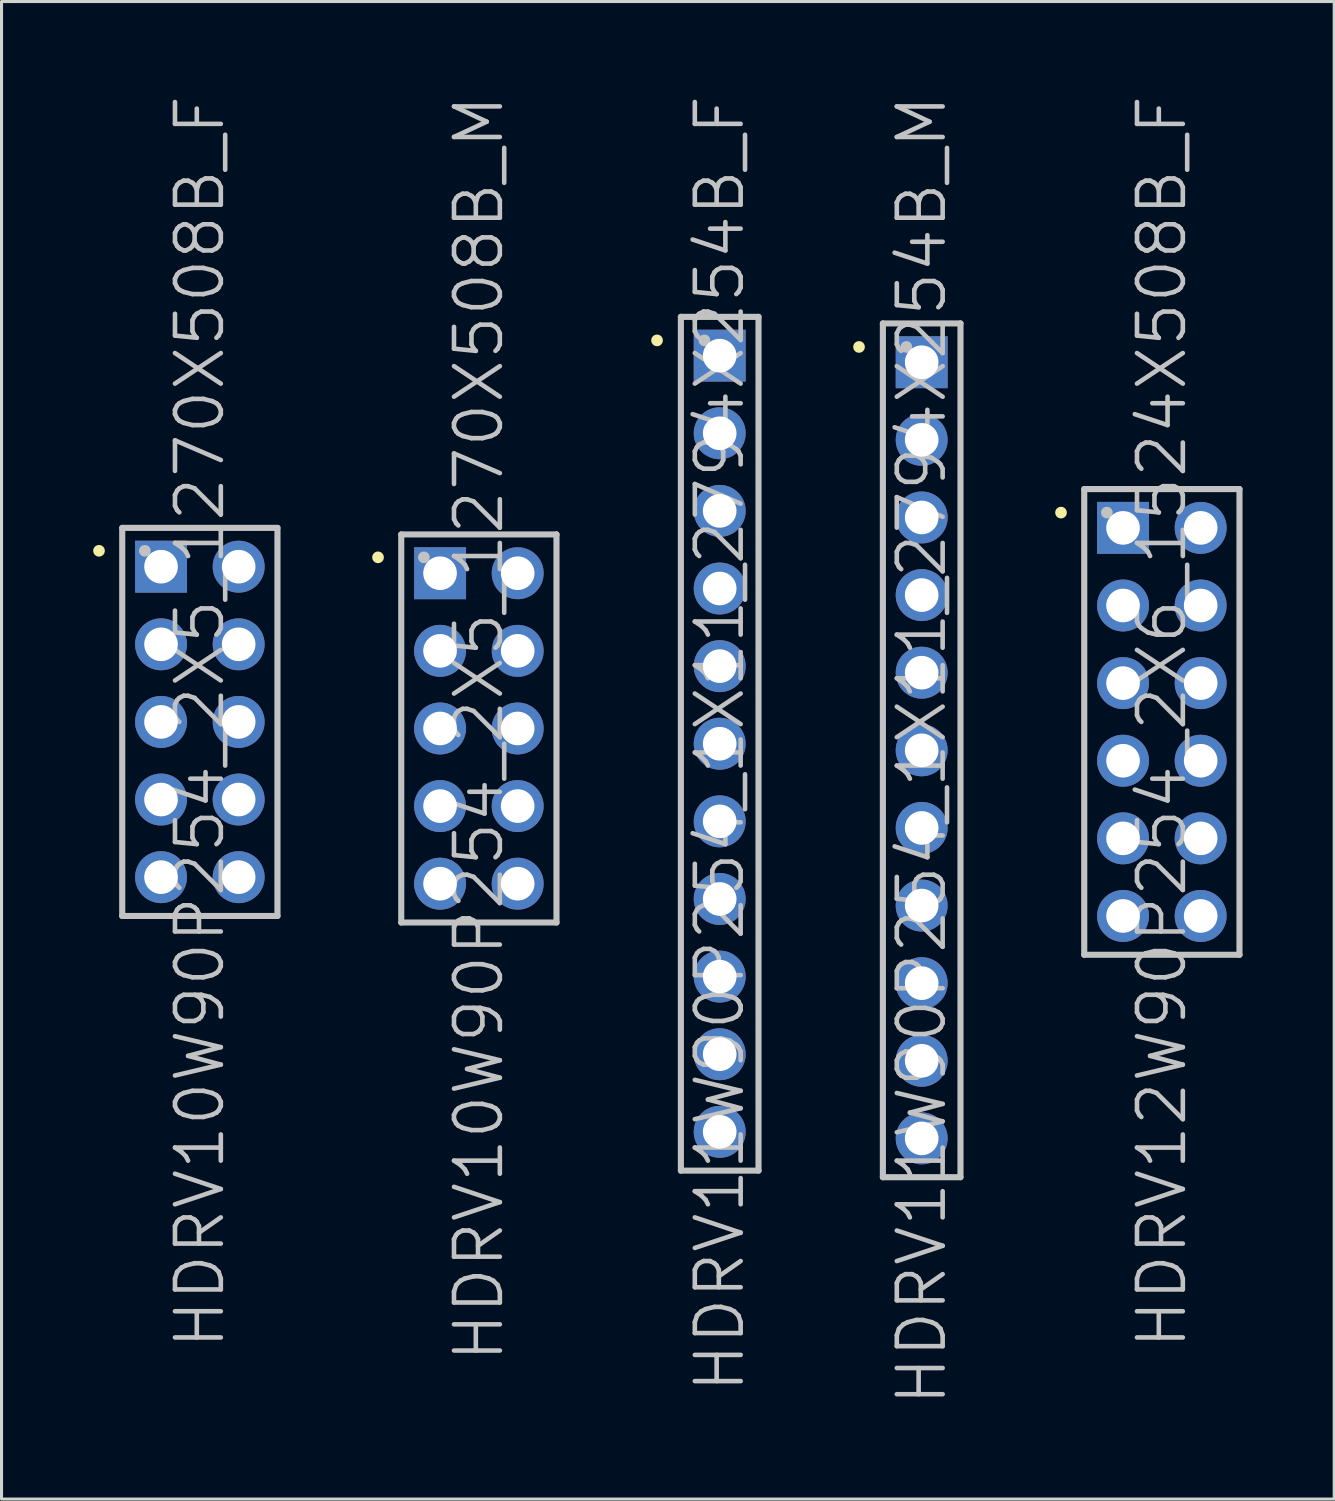
<source format=kicad_pcb>
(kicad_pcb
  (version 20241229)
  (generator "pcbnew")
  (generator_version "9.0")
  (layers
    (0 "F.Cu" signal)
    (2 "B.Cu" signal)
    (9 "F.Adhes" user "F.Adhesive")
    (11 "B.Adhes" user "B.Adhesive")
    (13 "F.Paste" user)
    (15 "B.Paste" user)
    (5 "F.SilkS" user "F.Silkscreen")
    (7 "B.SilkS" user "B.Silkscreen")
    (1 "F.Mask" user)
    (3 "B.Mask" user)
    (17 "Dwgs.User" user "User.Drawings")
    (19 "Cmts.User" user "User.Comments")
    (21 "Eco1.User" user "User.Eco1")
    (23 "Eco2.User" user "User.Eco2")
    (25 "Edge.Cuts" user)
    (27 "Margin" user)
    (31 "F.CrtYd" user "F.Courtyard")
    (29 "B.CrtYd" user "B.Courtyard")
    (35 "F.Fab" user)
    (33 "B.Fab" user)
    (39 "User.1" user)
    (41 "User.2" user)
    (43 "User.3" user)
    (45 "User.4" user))
  (footprint "HDRV11W90P254_1X11_2794X254B_M"
    (layer "F.Cu")
    (at 27.112 21.504)
    (property "Reference" "HDRV11W90P254_1X11_2794X254B_M" (at 0 0 90) (layer "Dwgs.User") (effects (font (size 1.5 1.5) (thickness 0.15))))
    (attr through_hole)
    (fp_line (start -2.05 -13.2) (end -2.05 -13.2) (stroke (width 0.381) (type solid)) (layer "F.SilkS"))
    (fp_line (start -1.27 -13.97) (end -1.27 13.97) (stroke (width 0.2) (type solid)) (layer "Dwgs.User"))
    (fp_line (start -1.27 -13.97) (end 1.27 -13.97) (stroke (width 0.2) (type solid)) (layer "Dwgs.User"))
    (fp_line (start -1.27 13.97) (end 1.27 13.97) (stroke (width 0.2) (type solid)) (layer "Dwgs.User"))
    (fp_line (start -0.5 -13.2) (end -0.5 -13.2) (stroke (width 0.381) (type solid)) (layer "Dwgs.User"))
    (fp_line (start 1.27 -13.97) (end 1.27 13.97) (stroke (width 0.2) (type solid)) (layer "Dwgs.User"))
    (pad "1" thru_hole rect (at 0 -12.7) (size 1.7 1.7) (drill 1.1) (layers "*.Cu" "*.Mask"))
    (pad "2" thru_hole circle (at 0 -10.16 270) (size 1.7 1.7) (drill 1.1) (layers "*.Cu" "*.Mask"))
    (pad "3" thru_hole circle (at 0 -7.62 270) (size 1.7 1.7) (drill 1.1) (layers "*.Cu" "*.Mask"))
    (pad "4" thru_hole circle (at 0 -5.08 270) (size 1.7 1.7) (drill 1.1) (layers "*.Cu" "*.Mask"))
    (pad "5" thru_hole circle (at 0 -2.54 270) (size 1.7 1.7) (drill 1.1) (layers "*.Cu" "*.Mask"))
    (pad "6" thru_hole circle (at 0 0 270) (size 1.7 1.7) (drill 1.1) (layers "*.Cu" "*.Mask"))
    (pad "7" thru_hole circle (at 0 2.54 270) (size 1.7 1.7) (drill 1.1) (layers "*.Cu" "*.Mask"))
    (pad "8" thru_hole circle (at 0 5.08 270) (size 1.7 1.7) (drill 1.1) (layers "*.Cu" "*.Mask"))
    (pad "9" thru_hole circle (at 0 7.62 270) (size 1.7 1.7) (drill 1.1) (layers "*.Cu" "*.Mask"))
    (pad "10" thru_hole circle (at 0 10.16 270) (size 1.7 1.7) (drill 1.1) (layers "*.Cu" "*.Mask"))
    (pad "11" thru_hole circle (at 0 12.7 270) (size 1.7 1.7) (drill 1.1) (layers "*.Cu" "*.Mask")))
  (footprint "HDRV10W90P254_2X5_1270X508B_F"
    (layer "F.Cu")
    (at 3.49 20.575)
    (property "Reference" "HDRV10W90P254_2X5_1270X508B_F" (at 0 0 90) (layer "Dwgs.User") (effects (font (size 1.5 1.5) (thickness 0.15))))
    (attr through_hole)
    (fp_line (start -3.3 -5.6) (end -3.3 -5.6) (stroke (width 0.381) (type solid)) (layer "F.SilkS"))
    (fp_line (start -2.54 -6.35) (end -2.54 6.35) (stroke (width 0.2) (type solid)) (layer "Dwgs.User"))
    (fp_line (start -2.54 -6.35) (end 2.54 -6.35) (stroke (width 0.2) (type solid)) (layer "Dwgs.User"))
    (fp_line (start -2.54 6.35) (end 2.54 6.35) (stroke (width 0.2) (type solid)) (layer "Dwgs.User"))
    (fp_line (start -1.8 -5.6) (end -1.8 -5.6) (stroke (width 0.381) (type solid)) (layer "Dwgs.User"))
    (fp_line (start 2.54 -6.35) (end 2.54 6.35) (stroke (width 0.2) (type solid)) (layer "Dwgs.User"))
    (pad "1" thru_hole rect (at -1.27 -5.08) (size 1.7 1.7) (drill 1.1) (layers "*.Cu" "*.Mask"))
    (pad "2" thru_hole circle (at 1.27 -5.08 270) (size 1.7 1.7) (drill 1.1) (layers "*.Cu" "*.Mask"))
    (pad "3" thru_hole circle (at -1.27 -2.54 270) (size 1.7 1.7) (drill 1.1) (layers "*.Cu" "*.Mask"))
    (pad "4" thru_hole circle (at 1.27 -2.54 270) (size 1.7 1.7) (drill 1.1) (layers "*.Cu" "*.Mask"))
    (pad "5" thru_hole circle (at -1.27 0 270) (size 1.7 1.7) (drill 1.1) (layers "*.Cu" "*.Mask"))
    (pad "6" thru_hole circle (at 1.27 0 270) (size 1.7 1.7) (drill 1.1) (layers "*.Cu" "*.Mask"))
    (pad "7" thru_hole circle (at -1.27 2.54 270) (size 1.7 1.7) (drill 1.1) (layers "*.Cu" "*.Mask"))
    (pad "8" thru_hole circle (at 1.27 2.54 270) (size 1.7 1.7) (drill 1.1) (layers "*.Cu" "*.Mask"))
    (pad "9" thru_hole circle (at -1.27 5.08 270) (size 1.7 1.7) (drill 1.1) (layers "*.Cu" "*.Mask"))
    (pad "10" thru_hole circle (at 1.27 5.08 270) (size 1.7 1.7) (drill 1.1) (layers "*.Cu" "*.Mask")))
  (footprint "HDRV12W90P254_2X6_1524X508B_F"
    (layer "F.Cu")
    (at 34.972 20.575)
    (property "Reference" "HDRV12W90P254_2X6_1524X508B_F" (at 0 0 90) (layer "Dwgs.User") (effects (font (size 1.5 1.5) (thickness 0.15))))
    (attr through_hole)
    (fp_line (start -3.3 -6.85) (end -3.3 -6.85) (stroke (width 0.381) (type solid)) (layer "F.SilkS"))
    (fp_line (start -2.54 -7.62) (end -2.54 7.62) (stroke (width 0.2) (type solid)) (layer "Dwgs.User"))
    (fp_line (start -2.54 -7.62) (end 2.54 -7.62) (stroke (width 0.2) (type solid)) (layer "Dwgs.User"))
    (fp_line (start -2.54 7.62) (end 2.54 7.62) (stroke (width 0.2) (type solid)) (layer "Dwgs.User"))
    (fp_line (start -1.8 -6.85) (end -1.8 -6.85) (stroke (width 0.381) (type solid)) (layer "Dwgs.User"))
    (fp_line (start 2.54 -7.62) (end 2.54 7.62) (stroke (width 0.2) (type solid)) (layer "Dwgs.User"))
    (pad "1" thru_hole rect (at -1.27 -6.35) (size 1.7 1.7) (drill 1.1) (layers "*.Cu" "*.Mask"))
    (pad "2" thru_hole circle (at 1.27 -6.35 270) (size 1.7 1.7) (drill 1.1) (layers "*.Cu" "*.Mask"))
    (pad "3" thru_hole circle (at -1.27 -3.81 270) (size 1.7 1.7) (drill 1.1) (layers "*.Cu" "*.Mask"))
    (pad "4" thru_hole circle (at 1.27 -3.81 270) (size 1.7 1.7) (drill 1.1) (layers "*.Cu" "*.Mask"))
    (pad "5" thru_hole circle (at -1.27 -1.27 270) (size 1.7 1.7) (drill 1.1) (layers "*.Cu" "*.Mask"))
    (pad "6" thru_hole circle (at 1.27 -1.27 270) (size 1.7 1.7) (drill 1.1) (layers "*.Cu" "*.Mask"))
    (pad "7" thru_hole circle (at -1.27 1.27 270) (size 1.7 1.7) (drill 1.1) (layers "*.Cu" "*.Mask"))
    (pad "8" thru_hole circle (at 1.27 1.27 270) (size 1.7 1.7) (drill 1.1) (layers "*.Cu" "*.Mask"))
    (pad "9" thru_hole circle (at -1.27 3.81 270) (size 1.7 1.7) (drill 1.1) (layers "*.Cu" "*.Mask"))
    (pad "10" thru_hole circle (at 1.27 3.81 270) (size 1.7 1.7) (drill 1.1) (layers "*.Cu" "*.Mask"))
    (pad "11" thru_hole circle (at -1.27 6.35 270) (size 1.7 1.7) (drill 1.1) (layers "*.Cu" "*.Mask"))
    (pad "12" thru_hole circle (at 1.27 6.35 270) (size 1.7 1.7) (drill 1.1) (layers "*.Cu" "*.Mask")))
  (footprint "HDRV11W90P254_1X11_2794X254B_F"
    (layer "F.Cu")
    (at 20.502 21.289)
    (property "Reference" "HDRV11W90P254_1X11_2794X254B_F" (at 0 0 90) (layer "Dwgs.User") (effects (font (size 1.5 1.5) (thickness 0.15))))
    (attr through_hole)
    (fp_line (start -2.05 -13.2) (end -2.05 -13.2) (stroke (width 0.381) (type solid)) (layer "F.SilkS"))
    (fp_line (start -1.27 -13.97) (end -1.27 13.97) (stroke (width 0.2) (type solid)) (layer "Dwgs.User"))
    (fp_line (start -1.27 -13.97) (end 1.27 -13.97) (stroke (width 0.2) (type solid)) (layer "Dwgs.User"))
    (fp_line (start -1.27 13.97) (end 1.27 13.97) (stroke (width 0.2) (type solid)) (layer "Dwgs.User"))
    (fp_line (start -0.5 -13.2) (end -0.5 -13.2) (stroke (width 0.381) (type solid)) (layer "Dwgs.User"))
    (fp_line (start 1.27 -13.97) (end 1.27 13.97) (stroke (width 0.2) (type solid)) (layer "Dwgs.User"))
    (pad "1" thru_hole rect (at 0 -12.7) (size 1.7 1.7) (drill 1.1) (layers "*.Cu" "*.Mask"))
    (pad "2" thru_hole circle (at 0 -10.16 270) (size 1.7 1.7) (drill 1.1) (layers "*.Cu" "*.Mask"))
    (pad "3" thru_hole circle (at 0 -7.62 270) (size 1.7 1.7) (drill 1.1) (layers "*.Cu" "*.Mask"))
    (pad "4" thru_hole circle (at 0 -5.08 270) (size 1.7 1.7) (drill 1.1) (layers "*.Cu" "*.Mask"))
    (pad "5" thru_hole circle (at 0 -2.54 270) (size 1.7 1.7) (drill 1.1) (layers "*.Cu" "*.Mask"))
    (pad "6" thru_hole circle (at 0 0 270) (size 1.7 1.7) (drill 1.1) (layers "*.Cu" "*.Mask"))
    (pad "7" thru_hole circle (at 0 2.54 270) (size 1.7 1.7) (drill 1.1) (layers "*.Cu" "*.Mask"))
    (pad "8" thru_hole circle (at 0 5.08 270) (size 1.7 1.7) (drill 1.1) (layers "*.Cu" "*.Mask"))
    (pad "9" thru_hole circle (at 0 7.62 270) (size 1.7 1.7) (drill 1.1) (layers "*.Cu" "*.Mask"))
    (pad "10" thru_hole circle (at 0 10.16 270) (size 1.7 1.7) (drill 1.1) (layers "*.Cu" "*.Mask"))
    (pad "11" thru_hole circle (at 0 12.7 270) (size 1.7 1.7) (drill 1.1) (layers "*.Cu" "*.Mask")))
  (footprint "HDRV10W90P254_2X5_1270X508B_M"
    (layer "F.Cu")
    (at 12.621 20.789)
    (property "Reference" "HDRV10W90P254_2X5_1270X508B_M" (at 0 0 90) (layer "Dwgs.User") (effects (font (size 1.5 1.5) (thickness 0.15))))
    (attr through_hole)
    (fp_line (start -3.3 -5.6) (end -3.3 -5.6) (stroke (width 0.381) (type solid)) (layer "F.SilkS"))
    (fp_line (start -2.54 -6.35) (end -2.54 6.35) (stroke (width 0.2) (type solid)) (layer "Dwgs.User"))
    (fp_line (start -2.54 -6.35) (end 2.54 -6.35) (stroke (width 0.2) (type solid)) (layer "Dwgs.User"))
    (fp_line (start -2.54 6.35) (end 2.54 6.35) (stroke (width 0.2) (type solid)) (layer "Dwgs.User"))
    (fp_line (start -1.8 -5.6) (end -1.8 -5.6) (stroke (width 0.381) (type solid)) (layer "Dwgs.User"))
    (fp_line (start 2.54 -6.35) (end 2.54 6.35) (stroke (width 0.2) (type solid)) (layer "Dwgs.User"))
    (pad "1" thru_hole rect (at -1.27 -5.08) (size 1.7 1.7) (drill 1.1) (layers "*.Cu" "*.Mask"))
    (pad "2" thru_hole circle (at 1.27 -5.08 270) (size 1.7 1.7) (drill 1.1) (layers "*.Cu" "*.Mask"))
    (pad "3" thru_hole circle (at -1.27 -2.54 270) (size 1.7 1.7) (drill 1.1) (layers "*.Cu" "*.Mask"))
    (pad "4" thru_hole circle (at 1.27 -2.54 270) (size 1.7 1.7) (drill 1.1) (layers "*.Cu" "*.Mask"))
    (pad "5" thru_hole circle (at -1.27 0 270) (size 1.7 1.7) (drill 1.1) (layers "*.Cu" "*.Mask"))
    (pad "6" thru_hole circle (at 1.27 0 270) (size 1.7 1.7) (drill 1.1) (layers "*.Cu" "*.Mask"))
    (pad "7" thru_hole circle (at -1.27 2.54 270) (size 1.7 1.7) (drill 1.1) (layers "*.Cu" "*.Mask"))
    (pad "8" thru_hole circle (at 1.27 2.54 270) (size 1.7 1.7) (drill 1.1) (layers "*.Cu" "*.Mask"))
    (pad "9" thru_hole circle (at -1.27 5.08 270) (size 1.7 1.7) (drill 1.1) (layers "*.Cu" "*.Mask"))
    (pad "10" thru_hole circle (at 1.27 5.08 270) (size 1.7 1.7) (drill 1.1) (layers "*.Cu" "*.Mask")))
  (gr_rect
    (start -3 -3)
    (end 40.612 46.007)
    (stroke (width 0.1) (type default))
    (fill no)
    (layer "Edge.Cuts")))
</source>
